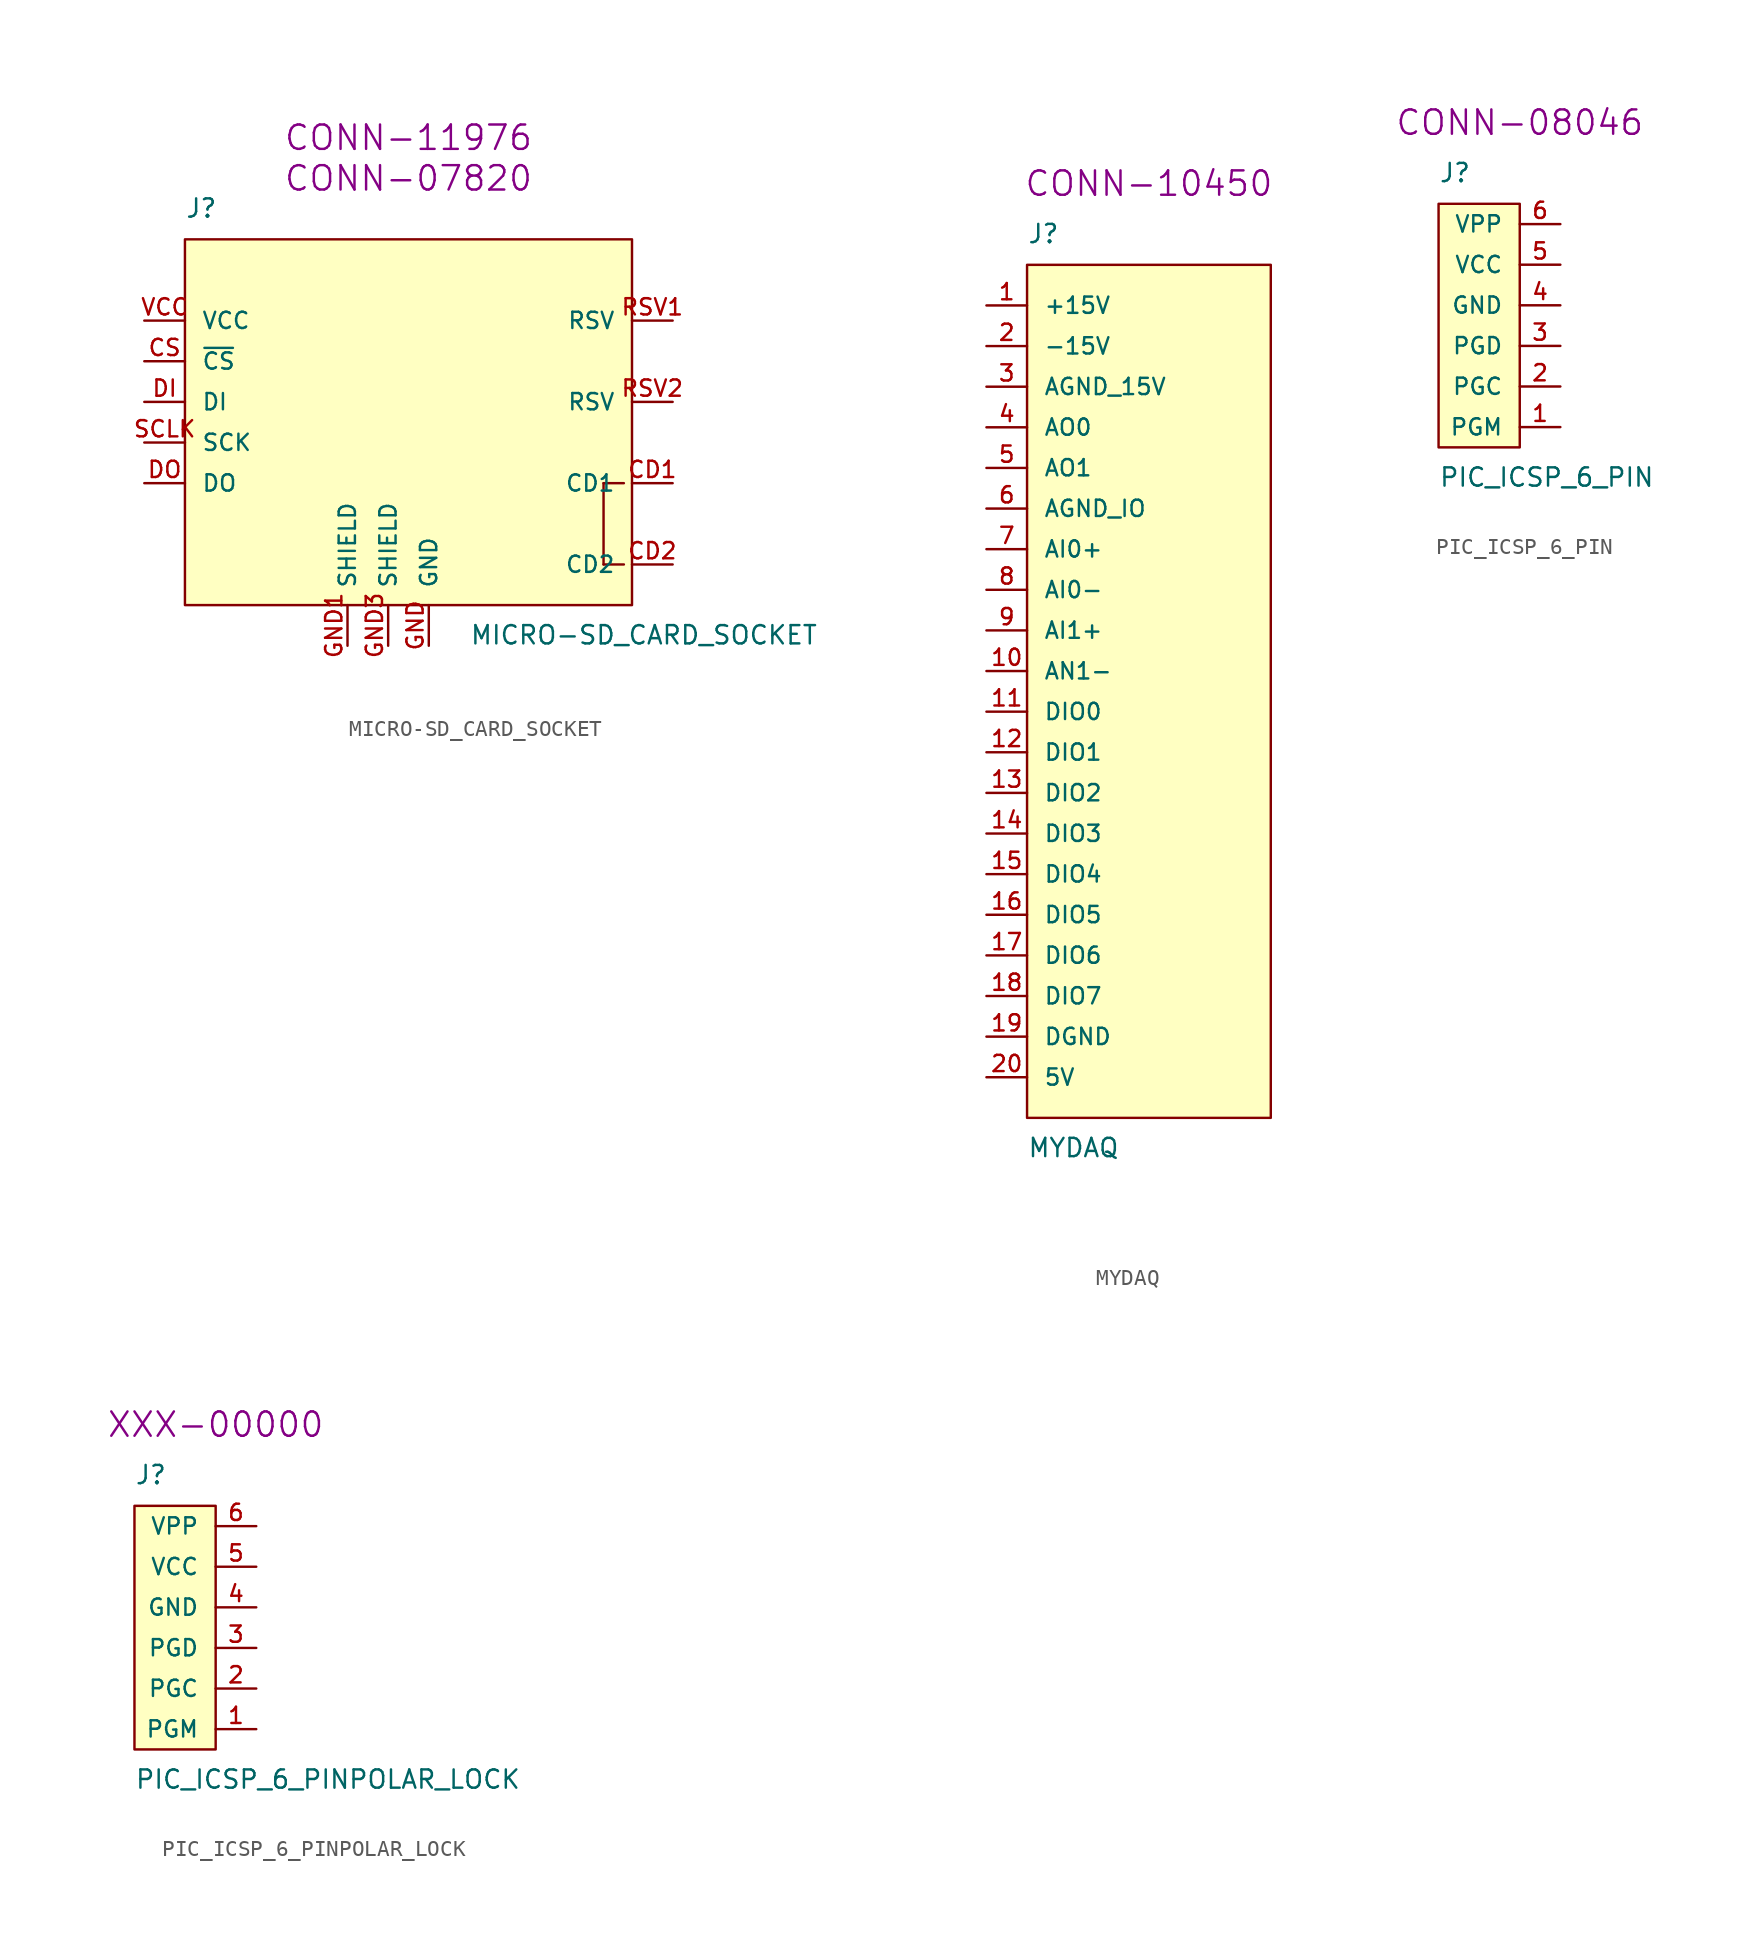
<source format=kicad_sym>
(kicad_symbol_lib
  (version 20220914)
  (generator kicad_symbol_editor)
  (symbol "MICRO-SD_CARD_SOCKET"
    (pin_names
      (offset 1.016))
    (property "Reference" "J"
      (at -13.97 11.43 0)
      (effects (font (size 1.143 1.143)) (justify left bottom)))
    (property "Value" "MICRO-SD_CARD_SOCKET"
      (at 3.81 -15.24 0)
      (effects (font (size 1.143 1.143)) (justify left bottom)))
    (property "Field4" "CONN-11976"
      (at 0 16.51 0)
      (effects (font (size 1.524 1.524))))
    (property "PROD_ID" "CONN-07820"
      (at 0 13.97 0)
      (effects (font (size 1.524 1.524))))
    (property "ki_locked" ""
      (at 0 0 0)
      (effects (font (size 1.27 1.27))))
    (symbol "MICRO-SD_CARD_SOCKET_1_0"
      (polyline (pts (xy 12.192 -10.16) (xy 12.192 -5.08)) (stroke (width 0) (type solid)) (fill (type none)))
      (polyline (pts (xy 12.192 -10.16) (xy 13.462 -10.16)) (stroke (width 0) (type solid)) (fill (type none)))
      (polyline (pts (xy 12.192 -5.08) (xy 13.462 -5.08)) (stroke (width 0) (type solid)) (fill (type none))))
    (symbol "MICRO-SD_CARD_SOCKET_1_1"
      (polyline (pts (xy -13.97 10.16) (xy 13.97 10.16) (xy 13.97 -12.7) (xy -13.97 -12.7) (xy -13.97 10.16)) (stroke (width 0) (type solid)) (fill (type background)))
      (pin bidirectional line (at 16.51 -5.08 180) (length 2.54) (name "CD1" (effects (font (size 1.016 1.016)))) (number "CD1" (effects (font (size 1.016 1.016)))))
      (pin bidirectional line (at 16.51 -10.16 180) (length 2.54) (name "CD2" (effects (font (size 1.016 1.016)))) (number "CD2" (effects (font (size 1.016 1.016)))))
      (pin bidirectional line (at -16.51 2.54 0) (length 2.54) (name "~{CS}" (effects (font (size 1.016 1.016)))) (number "CS" (effects (font (size 1.016 1.016)))))
      (pin bidirectional line (at -16.51 0 0) (length 2.54) (name "DI" (effects (font (size 1.016 1.016)))) (number "DI" (effects (font (size 1.016 1.016)))))
      (pin bidirectional line (at -16.51 -5.08 0) (length 2.54) (name "DO" (effects (font (size 1.016 1.016)))) (number "DO" (effects (font (size 1.016 1.016)))))
      (pin bidirectional line (at 1.27 -15.24 90) (length 2.54) (name "GND" (effects (font (size 1.016 1.016)))) (number "GND" (effects (font (size 1.016 1.016)))))
      (pin bidirectional line (at -3.81 -15.24 90) (length 2.54) (name "SHIELD" (effects (font (size 1.016 1.016)))) (number "GND1" (effects (font (size 1.016 1.016)))))
      (pin bidirectional line (at -1.27 -15.24 90) (length 2.54) (name "SHIELD" (effects (font (size 1.016 1.016)))) (number "GND3" (effects (font (size 1.016 1.016)))))
      (pin bidirectional line (at 16.51 5.08 180) (length 2.54) (name "RSV" (effects (font (size 1.016 1.016)))) (number "RSV1" (effects (font (size 1.016 1.016)))))
      (pin bidirectional line (at 16.51 0 180) (length 2.54) (name "RSV" (effects (font (size 1.016 1.016)))) (number "RSV2" (effects (font (size 1.016 1.016)))))
      (pin bidirectional line (at -16.51 -2.54 0) (length 2.54) (name "SCK" (effects (font (size 1.016 1.016)))) (number "SCLK" (effects (font (size 1.016 1.016)))))
      (pin bidirectional line (at -16.51 5.08 0) (length 2.54) (name "VCC" (effects (font (size 1.016 1.016)))) (number "VCC" (effects (font (size 1.016 1.016)))))))
  (symbol "MYDAQ"
    (pin_names
      (offset 1.016))
    (property "Reference" "J"
      (at -7.62 26.67 0)
      (effects (font (size 1.143 1.143)) (justify left bottom)))
    (property "Value" "MYDAQ"
      (at -7.62 -30.48 0)
      (effects (font (size 1.143 1.143)) (justify left bottom)))
    (property "Field4" "CONN-10450"
      (at 0 30.48 0)
      (effects (font (size 1.524 1.524))))
    (property "ki_locked" ""
      (at 0 0 0)
      (effects (font (size 1.27 1.27))))
    (symbol "MYDAQ_1_1"
      (polyline (pts (xy -7.62 25.4) (xy -7.62 -27.94) (xy 7.62 -27.94) (xy 7.62 25.4) (xy -7.62 25.4)) (stroke (width 0) (type solid)) (fill (type background)))
      (pin power_in line (at -10.16 22.86 0) (length 2.54) (name "+15V" (effects (font (size 1.016 1.016)))) (number "1" (effects (font (size 1.016 1.016)))))
      (pin input line (at -10.16 0 0) (length 2.54) (name "AN1-" (effects (font (size 1.016 1.016)))) (number "10" (effects (font (size 1.016 1.016)))))
      (pin bidirectional line (at -10.16 -2.54 0) (length 2.54) (name "DIO0" (effects (font (size 1.016 1.016)))) (number "11" (effects (font (size 1.016 1.016)))))
      (pin bidirectional line (at -10.16 -5.08 0) (length 2.54) (name "DIO1" (effects (font (size 1.016 1.016)))) (number "12" (effects (font (size 1.016 1.016)))))
      (pin bidirectional line (at -10.16 -7.62 0) (length 2.54) (name "DIO2" (effects (font (size 1.016 1.016)))) (number "13" (effects (font (size 1.016 1.016)))))
      (pin bidirectional line (at -10.16 -10.16 0) (length 2.54) (name "DIO3" (effects (font (size 1.016 1.016)))) (number "14" (effects (font (size 1.016 1.016)))))
      (pin bidirectional line (at -10.16 -12.7 0) (length 2.54) (name "DIO4" (effects (font (size 1.016 1.016)))) (number "15" (effects (font (size 1.016 1.016)))))
      (pin bidirectional line (at -10.16 -15.24 0) (length 2.54) (name "DIO5" (effects (font (size 1.016 1.016)))) (number "16" (effects (font (size 1.016 1.016)))))
      (pin bidirectional line (at -10.16 -17.78 0) (length 2.54) (name "DIO6" (effects (font (size 1.016 1.016)))) (number "17" (effects (font (size 1.016 1.016)))))
      (pin bidirectional line (at -10.16 -20.32 0) (length 2.54) (name "DIO7" (effects (font (size 1.016 1.016)))) (number "18" (effects (font (size 1.016 1.016)))))
      (pin power_in line (at -10.16 -22.86 0) (length 2.54) (name "DGND" (effects (font (size 1.016 1.016)))) (number "19" (effects (font (size 1.016 1.016)))))
      (pin power_in line (at -10.16 20.32 0) (length 2.54) (name "-15V" (effects (font (size 1.016 1.016)))) (number "2" (effects (font (size 1.016 1.016)))))
      (pin power_in line (at -10.16 -25.4 0) (length 2.54) (name "5V" (effects (font (size 1.016 1.016)))) (number "20" (effects (font (size 1.016 1.016)))))
      (pin power_in line (at -10.16 17.78 0) (length 2.54) (name "AGND_15V" (effects (font (size 1.016 1.016)))) (number "3" (effects (font (size 1.016 1.016)))))
      (pin output line (at -10.16 15.24 0) (length 2.54) (name "AO0" (effects (font (size 1.016 1.016)))) (number "4" (effects (font (size 1.016 1.016)))))
      (pin output line (at -10.16 12.7 0) (length 2.54) (name "AO1" (effects (font (size 1.016 1.016)))) (number "5" (effects (font (size 1.016 1.016)))))
      (pin power_in line (at -10.16 10.16 0) (length 2.54) (name "AGND_IO" (effects (font (size 1.016 1.016)))) (number "6" (effects (font (size 1.016 1.016)))))
      (pin input line (at -10.16 7.62 0) (length 2.54) (name "AI0+" (effects (font (size 1.016 1.016)))) (number "7" (effects (font (size 1.016 1.016)))))
      (pin input line (at -10.16 5.08 0) (length 2.54) (name "AI0-" (effects (font (size 1.016 1.016)))) (number "8" (effects (font (size 1.016 1.016)))))
      (pin input line (at -10.16 2.54 0) (length 2.54) (name "AI1+" (effects (font (size 1.016 1.016)))) (number "9" (effects (font (size 1.016 1.016)))))))
  (symbol "PIC_ICSP_6_PIN"
    (pin_names
      (offset 1.016))
    (property "Reference" "J"
      (at -5.08 15.24 0)
      (effects (font (size 1.143 1.143)) (justify left bottom)))
    (property "Value" "PIC_ICSP_6_PIN"
      (at -5.08 -3.81 0)
      (effects (font (size 1.143 1.143)) (justify left bottom)))
    (property "Field4" "CONN-08046"
      (at 0 19.05 0)
      (effects (font (size 1.524 1.524))))
    (property "ki_locked" ""
      (at 0 0 0)
      (effects (font (size 1.27 1.27))))
    (symbol "PIC_ICSP_6_PIN_1_1"
      (polyline (pts (xy -5.08 13.97) (xy -5.08 -1.27) (xy 0 -1.27) (xy 0 13.97) (xy -5.08 13.97)) (stroke (width 0) (type solid)) (fill (type background)))
      (pin bidirectional line (at 2.54 0 180) (length 2.54) (name "PGM" (effects (font (size 1.016 1.016)))) (number "1" (effects (font (size 1.016 1.016)))))
      (pin bidirectional line (at 2.54 2.54 180) (length 2.54) (name "PGC" (effects (font (size 1.016 1.016)))) (number "2" (effects (font (size 1.016 1.016)))))
      (pin bidirectional line (at 2.54 5.08 180) (length 2.54) (name "PGD" (effects (font (size 1.016 1.016)))) (number "3" (effects (font (size 1.016 1.016)))))
      (pin power_in line (at 2.54 7.62 180) (length 2.54) (name "GND" (effects (font (size 1.016 1.016)))) (number "4" (effects (font (size 1.016 1.016)))))
      (pin power_in line (at 2.54 10.16 180) (length 2.54) (name "VCC" (effects (font (size 1.016 1.016)))) (number "5" (effects (font (size 1.016 1.016)))))
      (pin bidirectional line (at 2.54 12.7 180) (length 2.54) (name "VPP" (effects (font (size 1.016 1.016)))) (number "6" (effects (font (size 1.016 1.016)))))))
  (symbol "PIC_ICSP_6_PINPOLAR_LOCK"
    (pin_names
      (offset 1.016))
    (property "Reference" "J"
      (at -5.08 15.24 0)
      (effects (font (size 1.143 1.143)) (justify left bottom)))
    (property "Value" "PIC_ICSP_6_PINPOLAR_LOCK"
      (at -5.08 -3.81 0)
      (effects (font (size 1.143 1.143)) (justify left bottom)))
    (property "Field4" "XXX-00000"
      (at 0 19.05 0)
      (effects (font (size 1.524 1.524))))
    (property "ki_locked" ""
      (at 0 0 0)
      (effects (font (size 1.27 1.27))))
    (symbol "PIC_ICSP_6_PINPOLAR_LOCK_1_1"
      (polyline (pts (xy -5.08 13.97) (xy -5.08 -1.27) (xy 0 -1.27) (xy 0 13.97) (xy -5.08 13.97)) (stroke (width 0) (type solid)) (fill (type background)))
      (pin bidirectional line (at 2.54 0 180) (length 2.54) (name "PGM" (effects (font (size 1.016 1.016)))) (number "1" (effects (font (size 1.016 1.016)))))
      (pin bidirectional line (at 2.54 2.54 180) (length 2.54) (name "PGC" (effects (font (size 1.016 1.016)))) (number "2" (effects (font (size 1.016 1.016)))))
      (pin bidirectional line (at 2.54 5.08 180) (length 2.54) (name "PGD" (effects (font (size 1.016 1.016)))) (number "3" (effects (font (size 1.016 1.016)))))
      (pin power_in line (at 2.54 7.62 180) (length 2.54) (name "GND" (effects (font (size 1.016 1.016)))) (number "4" (effects (font (size 1.016 1.016)))))
      (pin power_in line (at 2.54 10.16 180) (length 2.54) (name "VCC" (effects (font (size 1.016 1.016)))) (number "5" (effects (font (size 1.016 1.016)))))
      (pin bidirectional line (at 2.54 12.7 180) (length 2.54) (name "VPP" (effects (font (size 1.016 1.016)))) (number "6" (effects (font (size 1.016 1.016))))))))
</source>
